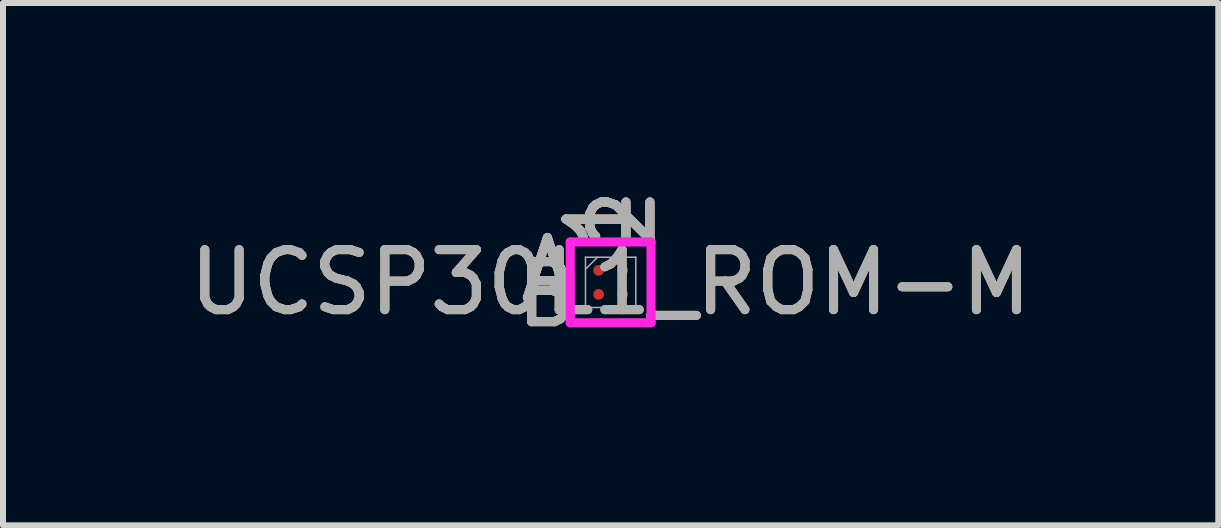
<source format=kicad_pcb>
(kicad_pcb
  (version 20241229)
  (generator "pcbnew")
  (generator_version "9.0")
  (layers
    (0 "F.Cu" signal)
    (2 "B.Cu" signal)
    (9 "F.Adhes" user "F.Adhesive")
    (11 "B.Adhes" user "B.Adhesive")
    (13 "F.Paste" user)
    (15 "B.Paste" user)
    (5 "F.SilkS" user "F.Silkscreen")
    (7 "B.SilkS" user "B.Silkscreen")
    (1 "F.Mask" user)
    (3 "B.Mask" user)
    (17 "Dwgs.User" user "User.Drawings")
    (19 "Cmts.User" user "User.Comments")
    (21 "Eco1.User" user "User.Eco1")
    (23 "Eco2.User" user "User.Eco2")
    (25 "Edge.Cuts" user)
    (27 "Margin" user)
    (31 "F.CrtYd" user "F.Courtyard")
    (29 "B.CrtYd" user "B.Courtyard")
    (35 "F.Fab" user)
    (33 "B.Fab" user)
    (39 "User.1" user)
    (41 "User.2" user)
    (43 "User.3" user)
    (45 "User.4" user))
  (footprint "UCSP30L1_ROM-M"
    (layer "F.Cu")
    (at 7.125 1.655)
    (property "Reference" "UCSP30L1_ROM-M" (at 0 0 0) (unlocked yes) (layer "F.SilkS") (effects (font (size 1 1) (thickness 0.15))))
    (attr smd)
    (fp_poly (pts (xy -0.845 -0.845) (xy 0.845 -0.845) (xy 0.845 0.845) (xy -0.845 0.845)) (stroke (width 0.1) (type solid)) (fill no) (layer "Eco2.User"))
    (fp_line (start -0.673 -0.673) (end 0.673 -0.673) (stroke (width 0.152) (type solid)) (layer "F.CrtYd"))
    (fp_line (start -0.673 0.673) (end -0.673 -0.673) (stroke (width 0.152) (type solid)) (layer "F.CrtYd"))
    (fp_line (start 0.673 -0.673) (end 0.673 0.673) (stroke (width 0.152) (type solid)) (layer "F.CrtYd"))
    (fp_line (start 0.673 0.673) (end -0.673 0.673) (stroke (width 0.152) (type solid)) (layer "F.CrtYd"))
    (fp_line (start -0.419 -0.419) (end -0.419 0.419) (stroke (width 0.025) (type solid)) (layer "F.Fab"))
    (fp_line (start -0.419 0.419) (end 0.419 0.419) (stroke (width 0.025) (type solid)) (layer "F.Fab"))
    (fp_line (start -0.219 -0.419) (end -0.419 -0.219) (stroke (width 0.025) (type solid)) (layer "F.Fab"))
    (fp_line (start 0.419 -0.419) (end -0.419 -0.419) (stroke (width 0.025) (type solid)) (layer "F.Fab"))
    (fp_line (start 0.419 0.419) (end 0.419 -0.419) (stroke (width 0.025) (type solid)) (layer "F.Fab"))
    (fp_text user "1" (at -0.2 -1.054 90) (unlocked yes) (layer "F.SilkS") (effects (font (size 1 1) (thickness 0.15))))
    (fp_text user "B" (at -1.054 0.2 0) (unlocked yes) (layer "F.SilkS") (effects (font (size 1 1) (thickness 0.15))))
    (fp_text user "A" (at -1.054 -0.2 0) (unlocked yes) (layer "F.SilkS") (effects (font (size 1 1) (thickness 0.15))))
    (fp_text user "2" (at 0.2 -1.054 90) (unlocked yes) (layer "F.SilkS") (effects (font (size 1 1) (thickness 0.15))))
    (fp_text user "2" (at 0.2 -1.054 90) (unlocked yes) (layer "B.SilkS") (effects (font (size 1 1) (thickness 0.15))))
    (fp_text user "A" (at -1.054 -0.2 0) (unlocked yes) (layer "B.SilkS") (effects (font (size 1 1) (thickness 0.15))))
    (fp_text user "B" (at -1.054 0.2 0) (unlocked yes) (layer "B.SilkS") (effects (font (size 1 1) (thickness 0.15))))
    (fp_text user "1" (at -0.2 -1.054 90) (unlocked yes) (layer "B.SilkS") (effects (font (size 1 1) (thickness 0.15))))
    (fp_text user "2" (at 0.2 -1.054 90) (unlocked yes) (layer "F.Fab") (effects (font (size 1 1) (thickness 0.15))))
    (fp_text user "B" (at -1.054 0.2 0) (unlocked yes) (layer "F.Fab") (effects (font (size 1 1) (thickness 0.15))))
    (fp_text user "${REFERENCE}" (at 0 0 0) (unlocked yes) (layer "F.Fab") (effects (font (size 1 1) (thickness 0.15))))
    (fp_text user "1" (at -0.2 -1.054 90) (unlocked yes) (layer "F.Fab") (effects (font (size 1 1) (thickness 0.15))))
    (fp_text user "A" (at -1.054 -0.2 0) (unlocked yes) (layer "F.Fab") (effects (font (size 1 1) (thickness 0.15))))
    (pad "A1" smd circle (at -0.2 -0.2) (size 0.178 0.178) (layers "F.Cu" "F.Mask" "F.Paste"))
    (pad "A2" smd circle (at 0.2 -0.2) (size 0.178 0.178) (layers "F.Cu" "F.Mask" "F.Paste"))
    (pad "B1" smd circle (at -0.2 0.2) (size 0.178 0.178) (layers "F.Cu" "F.Mask" "F.Paste"))
    (pad "B2" smd circle (at 0.2 0.2) (size 0.178 0.178) (layers "F.Cu" "F.Mask" "F.Paste")))
  (gr_rect
    (start -3 -3)
    (end 17.25 5.704)
    (stroke (width 0.1) (type default))
    (fill no)
    (layer "Edge.Cuts")))
</source>
